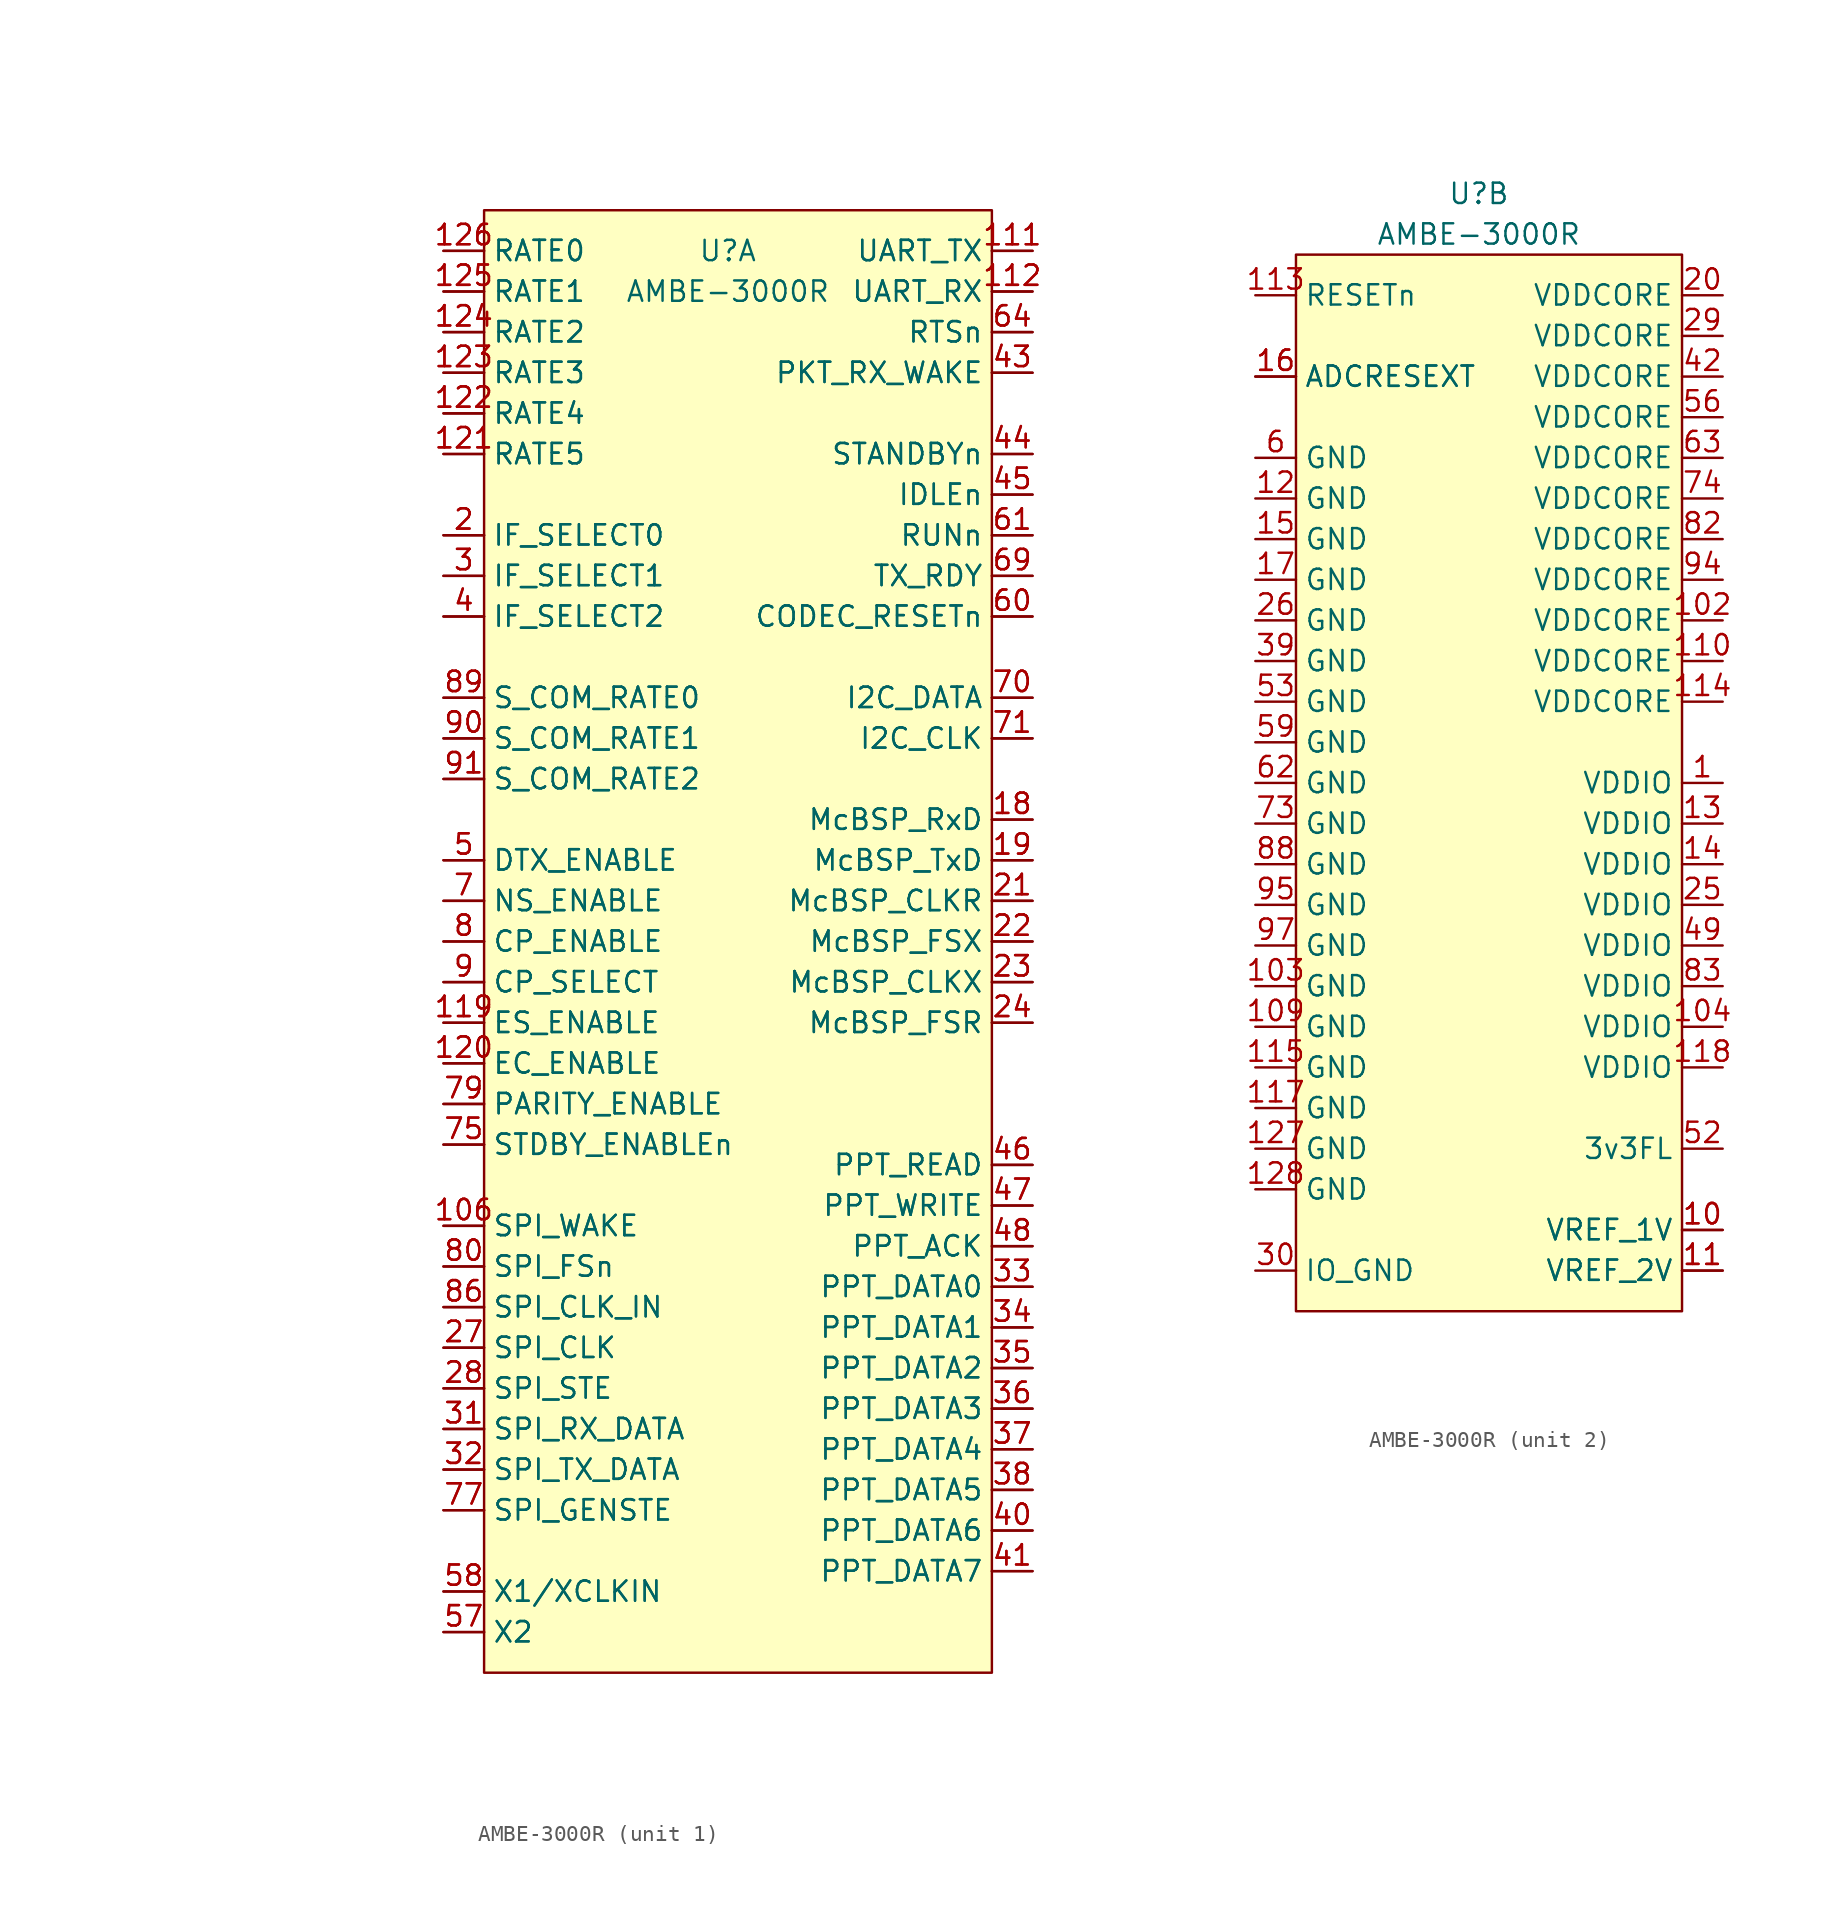
<source format=kicad_sym>
(kicad_symbol_lib
  (version 20220914)
  (generator kicad_symbol_editor)
  (symbol "AMBE-3000R"
    (property "Reference" "U"
      (at 0 -2.54 0)
      (effects (font (size 1.27 1.27))))
    (property "Value" "AMBE-3000R"
      (at 0 -5.08 0)
      (effects (font (size 1.27 1.27))))
    (property "ki_locked" ""
      (at 0 0 0)
      (effects (font (size 1.27 1.27))))
    (symbol "AMBE-3000R_1_0"
      (pin passive line (at -35.55 -31.75 0) (length 2.54) hide (name "NC" (effects (font (size 1.27 1.27)))) (number "100" (effects (font (size 1.27 1.27)))))
      (pin passive line (at -35.55 -31.75 0) (length 2.54) hide (name "NC" (effects (font (size 1.27 1.27)))) (number "100" (effects (font (size 1.27 1.27)))))
      (pin bidirectional line (at -35.55 -69.85 0) (length 2.54) hide (name "IO_NC" (effects (font (size 1.27 1.27)))) (number "101" (effects (font (size 1.27 1.27)))))
      (pin bidirectional line (at -35.55 -69.85 0) (length 2.54) hide (name "IO_NC" (effects (font (size 1.27 1.27)))) (number "101" (effects (font (size 1.27 1.27)))))
      (pin passive line (at -35.55 -34.29 0) (length 2.54) hide (name "NC" (effects (font (size 1.27 1.27)))) (number "105" (effects (font (size 1.27 1.27)))))
      (pin passive line (at -35.55 -34.29 0) (length 2.54) hide (name "NC" (effects (font (size 1.27 1.27)))) (number "105" (effects (font (size 1.27 1.27)))))
      (pin input line (at -17.78 -63.5 0) (length 2.54) (name "SPI_WAKE" (effects (font (size 1.27 1.27)))) (number "106" (effects (font (size 1.27 1.27)))))
      (pin input line (at -17.78 -63.5 0) (length 2.54) (name "SPI_WAKE" (effects (font (size 1.27 1.27)))) (number "106" (effects (font (size 1.27 1.27)))))
      (pin bidirectional line (at -35.55 -72.39 0) (length 2.54) hide (name "IO_NC" (effects (font (size 1.27 1.27)))) (number "107" (effects (font (size 1.27 1.27)))))
      (pin bidirectional line (at -35.55 -72.39 0) (length 2.54) hide (name "IO_NC" (effects (font (size 1.27 1.27)))) (number "107" (effects (font (size 1.27 1.27)))))
      (pin bidirectional line (at -35.55 -74.93 0) (length 2.54) hide (name "IO_NC" (effects (font (size 1.27 1.27)))) (number "108" (effects (font (size 1.27 1.27)))))
      (pin bidirectional line (at -35.55 -74.93 0) (length 2.54) hide (name "IO_NC" (effects (font (size 1.27 1.27)))) (number "108" (effects (font (size 1.27 1.27)))))
      (pin output line (at 19.05 -2.54 180) (length 2.54) (name "UART_TX" (effects (font (size 1.27 1.27)))) (number "111" (effects (font (size 1.27 1.27)))))
      (pin output line (at 19.05 -2.54 180) (length 2.54) (name "UART_TX" (effects (font (size 1.27 1.27)))) (number "111" (effects (font (size 1.27 1.27)))))
      (pin input line (at 19.05 -5.08 180) (length 2.54) (name "UART_RX" (effects (font (size 1.27 1.27)))) (number "112" (effects (font (size 1.27 1.27)))))
      (pin input line (at 19.05 -5.08 180) (length 2.54) (name "UART_RX" (effects (font (size 1.27 1.27)))) (number "112" (effects (font (size 1.27 1.27)))))
      (pin passive line (at -35.55 -36.83 0) (length 2.54) hide (name "NC" (effects (font (size 1.27 1.27)))) (number "116" (effects (font (size 1.27 1.27)))))
      (pin passive line (at -35.55 -36.83 0) (length 2.54) hide (name "NC" (effects (font (size 1.27 1.27)))) (number "116" (effects (font (size 1.27 1.27)))))
      (pin input line (at -17.78 -50.8 0) (length 2.54) (name "ES_ENABLE" (effects (font (size 1.27 1.27)))) (number "119" (effects (font (size 1.27 1.27)))))
      (pin input line (at -17.78 -50.8 0) (length 2.54) (name "ES_ENABLE" (effects (font (size 1.27 1.27)))) (number "119" (effects (font (size 1.27 1.27)))))
      (pin input line (at -17.78 -53.34 0) (length 2.54) (name "EC_ENABLE" (effects (font (size 1.27 1.27)))) (number "120" (effects (font (size 1.27 1.27)))))
      (pin input line (at -17.78 -53.34 0) (length 2.54) (name "EC_ENABLE" (effects (font (size 1.27 1.27)))) (number "120" (effects (font (size 1.27 1.27)))))
      (pin input line (at -17.78 -15.24 0) (length 2.54) (name "RATE5" (effects (font (size 1.27 1.27)))) (number "121" (effects (font (size 1.27 1.27)))))
      (pin input line (at -17.78 -15.24 0) (length 2.54) (name "RATE5" (effects (font (size 1.27 1.27)))) (number "121" (effects (font (size 1.27 1.27)))))
      (pin input line (at -17.78 -12.7 0) (length 2.54) (name "RATE4" (effects (font (size 1.27 1.27)))) (number "122" (effects (font (size 1.27 1.27)))))
      (pin input line (at -17.78 -12.7 0) (length 2.54) (name "RATE4" (effects (font (size 1.27 1.27)))) (number "122" (effects (font (size 1.27 1.27)))))
      (pin input line (at -17.78 -10.16 0) (length 2.54) (name "RATE3" (effects (font (size 1.27 1.27)))) (number "123" (effects (font (size 1.27 1.27)))))
      (pin input line (at -17.78 -10.16 0) (length 2.54) (name "RATE3" (effects (font (size 1.27 1.27)))) (number "123" (effects (font (size 1.27 1.27)))))
      (pin input line (at -17.78 -7.62 0) (length 2.54) (name "RATE2" (effects (font (size 1.27 1.27)))) (number "124" (effects (font (size 1.27 1.27)))))
      (pin input line (at -17.78 -7.62 0) (length 2.54) (name "RATE2" (effects (font (size 1.27 1.27)))) (number "124" (effects (font (size 1.27 1.27)))))
      (pin input line (at -17.78 -5.08 0) (length 2.54) (name "RATE1" (effects (font (size 1.27 1.27)))) (number "125" (effects (font (size 1.27 1.27)))))
      (pin input line (at -17.78 -5.08 0) (length 2.54) (name "RATE1" (effects (font (size 1.27 1.27)))) (number "125" (effects (font (size 1.27 1.27)))))
      (pin input line (at -17.78 -2.54 0) (length 2.54) (name "RATE0" (effects (font (size 1.27 1.27)))) (number "126" (effects (font (size 1.27 1.27)))))
      (pin input line (at -17.78 -2.54 0) (length 2.54) (name "RATE0" (effects (font (size 1.27 1.27)))) (number "126" (effects (font (size 1.27 1.27)))))
      (pin input line (at 19.05 -38.1 180) (length 2.54) (name "McBSP_RxD" (effects (font (size 1.27 1.27)))) (number "18" (effects (font (size 1.27 1.27)))))
      (pin input line (at 19.05 -38.1 180) (length 2.54) (name "McBSP_RxD" (effects (font (size 1.27 1.27)))) (number "18" (effects (font (size 1.27 1.27)))))
      (pin output line (at 19.05 -40.64 180) (length 2.54) (name "McBSP_TxD" (effects (font (size 1.27 1.27)))) (number "19" (effects (font (size 1.27 1.27)))))
      (pin output line (at 19.05 -40.64 180) (length 2.54) (name "McBSP_TxD" (effects (font (size 1.27 1.27)))) (number "19" (effects (font (size 1.27 1.27)))))
      (pin input line (at -17.78 -20.32 0) (length 2.54) (name "IF_SELECT0" (effects (font (size 1.27 1.27)))) (number "2" (effects (font (size 1.27 1.27)))))
      (pin input line (at -17.78 -20.32 0) (length 2.54) (name "IF_SELECT0" (effects (font (size 1.27 1.27)))) (number "2" (effects (font (size 1.27 1.27)))))
      (pin input line (at 19.05 -43.18 180) (length 2.54) (name "McBSP_CLKR" (effects (font (size 1.27 1.27)))) (number "21" (effects (font (size 1.27 1.27)))))
      (pin input line (at 19.05 -43.18 180) (length 2.54) (name "McBSP_CLKR" (effects (font (size 1.27 1.27)))) (number "21" (effects (font (size 1.27 1.27)))))
      (pin bidirectional line (at 19.05 -45.72 180) (length 2.54) (name "McBSP_FSX" (effects (font (size 1.27 1.27)))) (number "22" (effects (font (size 1.27 1.27)))))
      (pin bidirectional line (at 19.05 -45.72 180) (length 2.54) (name "McBSP_FSX" (effects (font (size 1.27 1.27)))) (number "22" (effects (font (size 1.27 1.27)))))
      (pin bidirectional line (at 19.05 -48.26 180) (length 2.54) (name "McBSP_CLKX" (effects (font (size 1.27 1.27)))) (number "23" (effects (font (size 1.27 1.27)))))
      (pin bidirectional line (at 19.05 -48.26 180) (length 2.54) (name "McBSP_CLKX" (effects (font (size 1.27 1.27)))) (number "23" (effects (font (size 1.27 1.27)))))
      (pin input line (at 19.05 -50.8 180) (length 2.54) (name "McBSP_FSR" (effects (font (size 1.27 1.27)))) (number "24" (effects (font (size 1.27 1.27)))))
      (pin input line (at 19.05 -50.8 180) (length 2.54) (name "McBSP_FSR" (effects (font (size 1.27 1.27)))) (number "24" (effects (font (size 1.27 1.27)))))
      (pin input line (at -17.78 -71.12 0) (length 2.54) (name "SPI_CLK" (effects (font (size 1.27 1.27)))) (number "27" (effects (font (size 1.27 1.27)))))
      (pin input line (at -17.78 -71.12 0) (length 2.54) (name "SPI_CLK" (effects (font (size 1.27 1.27)))) (number "27" (effects (font (size 1.27 1.27)))))
      (pin input line (at -17.78 -73.66 0) (length 2.54) (name "SPI_STE" (effects (font (size 1.27 1.27)))) (number "28" (effects (font (size 1.27 1.27)))))
      (pin input line (at -17.78 -73.66 0) (length 2.54) (name "SPI_STE" (effects (font (size 1.27 1.27)))) (number "28" (effects (font (size 1.27 1.27)))))
      (pin input line (at -17.78 -22.86 0) (length 2.54) (name "IF_SELECT1" (effects (font (size 1.27 1.27)))) (number "3" (effects (font (size 1.27 1.27)))))
      (pin input line (at -17.78 -22.86 0) (length 2.54) (name "IF_SELECT1" (effects (font (size 1.27 1.27)))) (number "3" (effects (font (size 1.27 1.27)))))
      (pin input line (at -17.78 -76.2 0) (length 2.54) (name "SPI_RX_DATA" (effects (font (size 1.27 1.27)))) (number "31" (effects (font (size 1.27 1.27)))))
      (pin input line (at -17.78 -76.2 0) (length 2.54) (name "SPI_RX_DATA" (effects (font (size 1.27 1.27)))) (number "31" (effects (font (size 1.27 1.27)))))
      (pin output line (at -17.78 -78.74 0) (length 2.54) (name "SPI_TX_DATA" (effects (font (size 1.27 1.27)))) (number "32" (effects (font (size 1.27 1.27)))))
      (pin output line (at -17.78 -78.74 0) (length 2.54) (name "SPI_TX_DATA" (effects (font (size 1.27 1.27)))) (number "32" (effects (font (size 1.27 1.27)))))
      (pin bidirectional line (at 19.05 -67.31 180) (length 2.54) (name "PPT_DATA0" (effects (font (size 1.27 1.27)))) (number "33" (effects (font (size 1.27 1.27)))))
      (pin bidirectional line (at 19.05 -67.31 180) (length 2.54) (name "PPT_DATA0" (effects (font (size 1.27 1.27)))) (number "33" (effects (font (size 1.27 1.27)))))
      (pin bidirectional line (at 19.05 -69.85 180) (length 2.54) (name "PPT_DATA1" (effects (font (size 1.27 1.27)))) (number "34" (effects (font (size 1.27 1.27)))))
      (pin bidirectional line (at 19.05 -69.85 180) (length 2.54) (name "PPT_DATA1" (effects (font (size 1.27 1.27)))) (number "34" (effects (font (size 1.27 1.27)))))
      (pin bidirectional line (at 19.05 -72.39 180) (length 2.54) (name "PPT_DATA2" (effects (font (size 1.27 1.27)))) (number "35" (effects (font (size 1.27 1.27)))))
      (pin bidirectional line (at 19.05 -72.39 180) (length 2.54) (name "PPT_DATA2" (effects (font (size 1.27 1.27)))) (number "35" (effects (font (size 1.27 1.27)))))
      (pin bidirectional line (at 19.05 -74.93 180) (length 2.54) (name "PPT_DATA3" (effects (font (size 1.27 1.27)))) (number "36" (effects (font (size 1.27 1.27)))))
      (pin bidirectional line (at 19.05 -74.93 180) (length 2.54) (name "PPT_DATA3" (effects (font (size 1.27 1.27)))) (number "36" (effects (font (size 1.27 1.27)))))
      (pin bidirectional line (at 19.05 -77.47 180) (length 2.54) (name "PPT_DATA4" (effects (font (size 1.27 1.27)))) (number "37" (effects (font (size 1.27 1.27)))))
      (pin bidirectional line (at 19.05 -77.47 180) (length 2.54) (name "PPT_DATA4" (effects (font (size 1.27 1.27)))) (number "37" (effects (font (size 1.27 1.27)))))
      (pin bidirectional line (at 19.05 -80.01 180) (length 2.54) (name "PPT_DATA5" (effects (font (size 1.27 1.27)))) (number "38" (effects (font (size 1.27 1.27)))))
      (pin bidirectional line (at 19.05 -80.01 180) (length 2.54) (name "PPT_DATA5" (effects (font (size 1.27 1.27)))) (number "38" (effects (font (size 1.27 1.27)))))
      (pin input line (at -17.78 -25.4 0) (length 2.54) (name "IF_SELECT2" (effects (font (size 1.27 1.27)))) (number "4" (effects (font (size 1.27 1.27)))))
      (pin input line (at -17.78 -25.4 0) (length 2.54) (name "IF_SELECT2" (effects (font (size 1.27 1.27)))) (number "4" (effects (font (size 1.27 1.27)))))
      (pin bidirectional line (at 19.05 -82.55 180) (length 2.54) (name "PPT_DATA6" (effects (font (size 1.27 1.27)))) (number "40" (effects (font (size 1.27 1.27)))))
      (pin bidirectional line (at 19.05 -82.55 180) (length 2.54) (name "PPT_DATA6" (effects (font (size 1.27 1.27)))) (number "40" (effects (font (size 1.27 1.27)))))
      (pin bidirectional line (at 19.05 -85.09 180) (length 2.54) (name "PPT_DATA7" (effects (font (size 1.27 1.27)))) (number "41" (effects (font (size 1.27 1.27)))))
      (pin bidirectional line (at 19.05 -85.09 180) (length 2.54) (name "PPT_DATA7" (effects (font (size 1.27 1.27)))) (number "41" (effects (font (size 1.27 1.27)))))
      (pin input line (at 19.05 -10.16 180) (length 2.54) (name "PKT_RX_WAKE" (effects (font (size 1.27 1.27)))) (number "43" (effects (font (size 1.27 1.27)))))
      (pin input line (at 19.05 -10.16 180) (length 2.54) (name "PKT_RX_WAKE" (effects (font (size 1.27 1.27)))) (number "43" (effects (font (size 1.27 1.27)))))
      (pin output line (at 19.05 -15.24 180) (length 2.54) (name "STANDBYn" (effects (font (size 1.27 1.27)))) (number "44" (effects (font (size 1.27 1.27)))))
      (pin output line (at 19.05 -15.24 180) (length 2.54) (name "STANDBYn" (effects (font (size 1.27 1.27)))) (number "44" (effects (font (size 1.27 1.27)))))
      (pin output line (at 19.05 -17.78 180) (length 2.54) (name "IDLEn" (effects (font (size 1.27 1.27)))) (number "45" (effects (font (size 1.27 1.27)))))
      (pin output line (at 19.05 -17.78 180) (length 2.54) (name "IDLEn" (effects (font (size 1.27 1.27)))) (number "45" (effects (font (size 1.27 1.27)))))
      (pin input line (at 19.05 -59.69 180) (length 2.54) (name "PPT_READ" (effects (font (size 1.27 1.27)))) (number "46" (effects (font (size 1.27 1.27)))))
      (pin input line (at 19.05 -59.69 180) (length 2.54) (name "PPT_READ" (effects (font (size 1.27 1.27)))) (number "46" (effects (font (size 1.27 1.27)))))
      (pin input line (at 19.05 -62.23 180) (length 2.54) (name "PPT_WRITE" (effects (font (size 1.27 1.27)))) (number "47" (effects (font (size 1.27 1.27)))))
      (pin input line (at 19.05 -62.23 180) (length 2.54) (name "PPT_WRITE" (effects (font (size 1.27 1.27)))) (number "47" (effects (font (size 1.27 1.27)))))
      (pin output line (at 19.05 -64.77 180) (length 2.54) (name "PPT_ACK" (effects (font (size 1.27 1.27)))) (number "48" (effects (font (size 1.27 1.27)))))
      (pin output line (at 19.05 -64.77 180) (length 2.54) (name "PPT_ACK" (effects (font (size 1.27 1.27)))) (number "48" (effects (font (size 1.27 1.27)))))
      (pin input line (at -17.78 -40.64 0) (length 2.54) (name "DTX_ENABLE" (effects (font (size 1.27 1.27)))) (number "5" (effects (font (size 1.27 1.27)))))
      (pin input line (at -17.78 -40.64 0) (length 2.54) (name "DTX_ENABLE" (effects (font (size 1.27 1.27)))) (number "5" (effects (font (size 1.27 1.27)))))
      (pin passive line (at -35.55 -11.43 0) (length 2.54) hide (name "NC" (effects (font (size 1.27 1.27)))) (number "50" (effects (font (size 1.27 1.27)))))
      (pin passive line (at -35.55 -11.43 0) (length 2.54) hide (name "NC" (effects (font (size 1.27 1.27)))) (number "50" (effects (font (size 1.27 1.27)))))
      (pin passive line (at -35.55 -13.97 0) (length 2.54) hide (name "NC" (effects (font (size 1.27 1.27)))) (number "51" (effects (font (size 1.27 1.27)))))
      (pin bidirectional line (at -35.55 -41.91 0) (length 2.54) hide (name "IO_NC" (effects (font (size 1.27 1.27)))) (number "54" (effects (font (size 1.27 1.27)))))
      (pin bidirectional line (at -35.55 -41.91 0) (length 2.54) hide (name "IO_NC" (effects (font (size 1.27 1.27)))) (number "54" (effects (font (size 1.27 1.27)))))
      (pin bidirectional line (at -35.55 -44.45 0) (length 2.54) hide (name "IO_NC" (effects (font (size 1.27 1.27)))) (number "55" (effects (font (size 1.27 1.27)))))
      (pin bidirectional line (at -35.55 -44.45 0) (length 2.54) hide (name "IO_NC" (effects (font (size 1.27 1.27)))) (number "55" (effects (font (size 1.27 1.27)))))
      (pin output line (at -17.78 -88.9 0) (length 2.54) (name "X2" (effects (font (size 1.27 1.27)))) (number "57" (effects (font (size 1.27 1.27)))))
      (pin output line (at -17.78 -88.9 0) (length 2.54) (name "X2" (effects (font (size 1.27 1.27)))) (number "57" (effects (font (size 1.27 1.27)))))
      (pin input line (at -17.78 -86.36 0) (length 2.54) (name "X1/XCLKIN" (effects (font (size 1.27 1.27)))) (number "58" (effects (font (size 1.27 1.27)))))
      (pin input line (at -17.78 -86.36 0) (length 2.54) (name "X1/XCLKIN" (effects (font (size 1.27 1.27)))) (number "58" (effects (font (size 1.27 1.27)))))
      (pin output line (at 19.05 -25.4 180) (length 2.54) (name "CODEC_RESETn" (effects (font (size 1.27 1.27)))) (number "60" (effects (font (size 1.27 1.27)))))
      (pin output line (at 19.05 -25.4 180) (length 2.54) (name "CODEC_RESETn" (effects (font (size 1.27 1.27)))) (number "60" (effects (font (size 1.27 1.27)))))
      (pin output line (at 19.05 -20.32 180) (length 2.54) (name "RUNn" (effects (font (size 1.27 1.27)))) (number "61" (effects (font (size 1.27 1.27)))))
      (pin output line (at 19.05 -20.32 180) (length 2.54) (name "RUNn" (effects (font (size 1.27 1.27)))) (number "61" (effects (font (size 1.27 1.27)))))
      (pin output line (at 19.05 -7.62 180) (length 2.54) (name "RTSn" (effects (font (size 1.27 1.27)))) (number "64" (effects (font (size 1.27 1.27)))))
      (pin output line (at 19.05 -7.62 180) (length 2.54) (name "RTSn" (effects (font (size 1.27 1.27)))) (number "64" (effects (font (size 1.27 1.27)))))
      (pin bidirectional line (at -35.55 -46.99 0) (length 2.54) hide (name "IO_NC" (effects (font (size 1.27 1.27)))) (number "65" (effects (font (size 1.27 1.27)))))
      (pin bidirectional line (at -35.55 -46.99 0) (length 2.54) hide (name "IO_NC" (effects (font (size 1.27 1.27)))) (number "65" (effects (font (size 1.27 1.27)))))
      (pin bidirectional line (at -35.55 -49.53 0) (length 2.54) hide (name "IO_NC" (effects (font (size 1.27 1.27)))) (number "66" (effects (font (size 1.27 1.27)))))
      (pin bidirectional line (at -35.55 -49.53 0) (length 2.54) hide (name "IO_NC" (effects (font (size 1.27 1.27)))) (number "66" (effects (font (size 1.27 1.27)))))
      (pin bidirectional line (at -35.55 -52.07 0) (length 2.54) hide (name "IO_NC" (effects (font (size 1.27 1.27)))) (number "67" (effects (font (size 1.27 1.27)))))
      (pin bidirectional line (at -35.55 -52.07 0) (length 2.54) hide (name "IO_NC" (effects (font (size 1.27 1.27)))) (number "67" (effects (font (size 1.27 1.27)))))
      (pin bidirectional line (at -35.55 -77.47 0) (length 2.54) hide (name "IO_PIN" (effects (font (size 1.27 1.27)))) (number "68" (effects (font (size 1.27 1.27)))))
      (pin bidirectional line (at -35.55 -77.47 0) (length 2.54) hide (name "IO_PIN" (effects (font (size 1.27 1.27)))) (number "68" (effects (font (size 1.27 1.27)))))
      (pin output line (at 19.05 -22.86 180) (length 2.54) (name "TX_RDY" (effects (font (size 1.27 1.27)))) (number "69" (effects (font (size 1.27 1.27)))))
      (pin output line (at 19.05 -22.86 180) (length 2.54) (name "TX_RDY" (effects (font (size 1.27 1.27)))) (number "69" (effects (font (size 1.27 1.27)))))
      (pin input line (at -17.78 -43.18 0) (length 2.54) (name "NS_ENABLE" (effects (font (size 1.27 1.27)))) (number "7" (effects (font (size 1.27 1.27)))))
      (pin input line (at -17.78 -43.18 0) (length 2.54) (name "NS_ENABLE" (effects (font (size 1.27 1.27)))) (number "7" (effects (font (size 1.27 1.27)))))
      (pin output line (at 19.05 -30.48 180) (length 2.54) (name "I2C_DATA" (effects (font (size 1.27 1.27)))) (number "70" (effects (font (size 1.27 1.27)))))
      (pin output line (at 19.05 -30.48 180) (length 2.54) (name "I2C_DATA" (effects (font (size 1.27 1.27)))) (number "70" (effects (font (size 1.27 1.27)))))
      (pin output line (at 19.05 -33.02 180) (length 2.54) (name "I2C_CLK" (effects (font (size 1.27 1.27)))) (number "71" (effects (font (size 1.27 1.27)))))
      (pin output line (at 19.05 -33.02 180) (length 2.54) (name "I2C_CLK" (effects (font (size 1.27 1.27)))) (number "71" (effects (font (size 1.27 1.27)))))
      (pin bidirectional line (at -35.55 -54.61 0) (length 2.54) hide (name "IO_NC" (effects (font (size 1.27 1.27)))) (number "72" (effects (font (size 1.27 1.27)))))
      (pin bidirectional line (at -35.55 -54.61 0) (length 2.54) hide (name "IO_NC" (effects (font (size 1.27 1.27)))) (number "72" (effects (font (size 1.27 1.27)))))
      (pin input line (at -17.78 -58.42 0) (length 2.54) (name "STDBY_ENABLEn" (effects (font (size 1.27 1.27)))) (number "75" (effects (font (size 1.27 1.27)))))
      (pin input line (at -17.78 -58.42 0) (length 2.54) (name "STDBY_ENABLEn" (effects (font (size 1.27 1.27)))) (number "75" (effects (font (size 1.27 1.27)))))
      (pin bidirectional line (at -35.55 -57.15 0) (length 2.54) hide (name "IO_NC" (effects (font (size 1.27 1.27)))) (number "76" (effects (font (size 1.27 1.27)))))
      (pin bidirectional line (at -35.55 -57.15 0) (length 2.54) hide (name "IO_NC" (effects (font (size 1.27 1.27)))) (number "76" (effects (font (size 1.27 1.27)))))
      (pin output line (at -17.78 -81.28 0) (length 2.54) (name "SPI_GENSTE" (effects (font (size 1.27 1.27)))) (number "77" (effects (font (size 1.27 1.27)))))
      (pin output line (at -17.78 -81.28 0) (length 2.54) (name "SPI_GENSTE" (effects (font (size 1.27 1.27)))) (number "77" (effects (font (size 1.27 1.27)))))
      (pin bidirectional line (at -35.55 -59.69 0) (length 2.54) hide (name "IO_NC" (effects (font (size 1.27 1.27)))) (number "78" (effects (font (size 1.27 1.27)))))
      (pin bidirectional line (at -35.55 -59.69 0) (length 2.54) hide (name "IO_NC" (effects (font (size 1.27 1.27)))) (number "78" (effects (font (size 1.27 1.27)))))
      (pin input line (at -17.78 -55.88 0) (length 2.54) (name "PARITY_ENABLE" (effects (font (size 1.27 1.27)))) (number "79" (effects (font (size 1.27 1.27)))))
      (pin input line (at -17.78 -55.88 0) (length 2.54) (name "PARITY_ENABLE" (effects (font (size 1.27 1.27)))) (number "79" (effects (font (size 1.27 1.27)))))
      (pin input line (at -17.78 -45.72 0) (length 2.54) (name "CP_ENABLE" (effects (font (size 1.27 1.27)))) (number "8" (effects (font (size 1.27 1.27)))))
      (pin input line (at -17.78 -45.72 0) (length 2.54) (name "CP_ENABLE" (effects (font (size 1.27 1.27)))) (number "8" (effects (font (size 1.27 1.27)))))
      (pin input line (at -17.78 -66.04 0) (length 2.54) (name "SPI_FSn" (effects (font (size 1.27 1.27)))) (number "80" (effects (font (size 1.27 1.27)))))
      (pin input line (at -17.78 -66.04 0) (length 2.54) (name "SPI_FSn" (effects (font (size 1.27 1.27)))) (number "80" (effects (font (size 1.27 1.27)))))
      (pin bidirectional line (at -35.55 -62.23 0) (length 2.54) hide (name "IO_NC" (effects (font (size 1.27 1.27)))) (number "81" (effects (font (size 1.27 1.27)))))
      (pin bidirectional line (at -35.55 -62.23 0) (length 2.54) hide (name "IO_NC" (effects (font (size 1.27 1.27)))) (number "81" (effects (font (size 1.27 1.27)))))
      (pin bidirectional line (at -35.55 -64.77 0) (length 2.54) hide (name "IO_NC" (effects (font (size 1.27 1.27)))) (number "84" (effects (font (size 1.27 1.27)))))
      (pin bidirectional line (at -35.55 -64.77 0) (length 2.54) hide (name "IO_NC" (effects (font (size 1.27 1.27)))) (number "84" (effects (font (size 1.27 1.27)))))
      (pin bidirectional line (at -35.55 -67.31 0) (length 2.54) hide (name "IO_NC" (effects (font (size 1.27 1.27)))) (number "85" (effects (font (size 1.27 1.27)))))
      (pin bidirectional line (at -35.55 -67.31 0) (length 2.54) hide (name "IO_NC" (effects (font (size 1.27 1.27)))) (number "85" (effects (font (size 1.27 1.27)))))
      (pin input line (at -17.78 -68.58 0) (length 2.54) (name "SPI_CLK_IN" (effects (font (size 1.27 1.27)))) (number "86" (effects (font (size 1.27 1.27)))))
      (pin input line (at -17.78 -68.58 0) (length 2.54) (name "SPI_CLK_IN" (effects (font (size 1.27 1.27)))) (number "86" (effects (font (size 1.27 1.27)))))
      (pin passive line (at -35.55 -16.51 0) (length 2.54) hide (name "NC" (effects (font (size 1.27 1.27)))) (number "87" (effects (font (size 1.27 1.27)))))
      (pin passive line (at -35.55 -16.51 0) (length 2.54) hide (name "NC" (effects (font (size 1.27 1.27)))) (number "87" (effects (font (size 1.27 1.27)))))
      (pin input line (at -17.78 -30.48 0) (length 2.54) (name "S_COM_RATE0" (effects (font (size 1.27 1.27)))) (number "89" (effects (font (size 1.27 1.27)))))
      (pin input line (at -17.78 -30.48 0) (length 2.54) (name "S_COM_RATE0" (effects (font (size 1.27 1.27)))) (number "89" (effects (font (size 1.27 1.27)))))
      (pin input line (at -17.78 -48.26 0) (length 2.54) (name "CP_SELECT" (effects (font (size 1.27 1.27)))) (number "9" (effects (font (size 1.27 1.27)))))
      (pin input line (at -17.78 -48.26 0) (length 2.54) (name "CP_SELECT" (effects (font (size 1.27 1.27)))) (number "9" (effects (font (size 1.27 1.27)))))
      (pin input line (at -17.78 -33.02 0) (length 2.54) (name "S_COM_RATE1" (effects (font (size 1.27 1.27)))) (number "90" (effects (font (size 1.27 1.27)))))
      (pin input line (at -17.78 -33.02 0) (length 2.54) (name "S_COM_RATE1" (effects (font (size 1.27 1.27)))) (number "90" (effects (font (size 1.27 1.27)))))
      (pin input line (at -17.78 -35.56 0) (length 2.54) (name "S_COM_RATE2" (effects (font (size 1.27 1.27)))) (number "91" (effects (font (size 1.27 1.27)))))
      (pin input line (at -17.78 -35.56 0) (length 2.54) (name "S_COM_RATE2" (effects (font (size 1.27 1.27)))) (number "91" (effects (font (size 1.27 1.27)))))
      (pin passive line (at -35.55 -19.05 0) (length 2.54) hide (name "NC" (effects (font (size 1.27 1.27)))) (number "92" (effects (font (size 1.27 1.27)))))
      (pin passive line (at -35.55 -19.05 0) (length 2.54) hide (name "NC" (effects (font (size 1.27 1.27)))) (number "92" (effects (font (size 1.27 1.27)))))
      (pin passive line (at -35.55 -21.59 0) (length 2.54) hide (name "NC" (effects (font (size 1.27 1.27)))) (number "93" (effects (font (size 1.27 1.27)))))
      (pin passive line (at -35.55 -21.59 0) (length 2.54) hide (name "NC" (effects (font (size 1.27 1.27)))) (number "93" (effects (font (size 1.27 1.27)))))
      (pin passive line (at -35.56 -24.13 0) (length 2.54) hide (name "NC" (effects (font (size 1.27 1.27)))) (number "96" (effects (font (size 1.27 1.27)))))
      (pin passive line (at -35.56 -24.13 0) (length 2.54) hide (name "NC" (effects (font (size 1.27 1.27)))) (number "96" (effects (font (size 1.27 1.27)))))
      (pin passive line (at -35.55 -26.67 0) (length 2.54) hide (name "NC" (effects (font (size 1.27 1.27)))) (number "98" (effects (font (size 1.27 1.27)))))
      (pin passive line (at -35.55 -26.67 0) (length 2.54) hide (name "NC" (effects (font (size 1.27 1.27)))) (number "98" (effects (font (size 1.27 1.27)))))
      (pin passive line (at -35.55 -29.21 0) (length 2.54) hide (name "NC" (effects (font (size 1.27 1.27)))) (number "99" (effects (font (size 1.27 1.27)))))
      (pin passive line (at -35.55 -29.21 0) (length 2.54) hide (name "NC" (effects (font (size 1.27 1.27)))) (number "99" (effects (font (size 1.27 1.27))))))
    (symbol "AMBE-3000R_1_1"
      (rectangle (start -15.24 0) (end 16.51 -91.44) (stroke (width 0) (type default)) (fill (type background))))
    (symbol "AMBE-3000R_2_0"
      (pin power_in line (at 15.24 -39.37 180) (length 2.54) (name "VDDIO" (effects (font (size 1.27 1.27)))) (number "1" (effects (font (size 1.27 1.27)))))
      (pin power_out line (at 15.24 -67.31 180) (length 2.54) (name "VREF_1V" (effects (font (size 1.27 1.27)))) (number "10" (effects (font (size 1.27 1.27)))))
      (pin power_out line (at 15.24 -67.31 180) (length 2.54) (name "VREF_1V" (effects (font (size 1.27 1.27)))) (number "10" (effects (font (size 1.27 1.27)))))
      (pin power_in line (at 15.24 -29.21 180) (length 2.54) (name "VDDCORE" (effects (font (size 1.27 1.27)))) (number "102" (effects (font (size 1.27 1.27)))))
      (pin power_in line (at -13.97 -52.07 0) (length 2.54) (name "GND" (effects (font (size 1.27 1.27)))) (number "103" (effects (font (size 1.27 1.27)))))
      (pin power_in line (at 15.24 -54.61 180) (length 2.54) (name "VDDIO" (effects (font (size 1.27 1.27)))) (number "104" (effects (font (size 1.27 1.27)))))
      (pin power_in line (at -13.97 -54.61 0) (length 2.54) (name "GND" (effects (font (size 1.27 1.27)))) (number "109" (effects (font (size 1.27 1.27)))))
      (pin power_out line (at 15.24 -69.85 180) (length 2.54) (name "VREF_2V" (effects (font (size 1.27 1.27)))) (number "11" (effects (font (size 1.27 1.27)))))
      (pin power_out line (at 15.24 -69.85 180) (length 2.54) (name "VREF_2V" (effects (font (size 1.27 1.27)))) (number "11" (effects (font (size 1.27 1.27)))))
      (pin power_in line (at 15.24 -31.75 180) (length 2.54) (name "VDDCORE" (effects (font (size 1.27 1.27)))) (number "110" (effects (font (size 1.27 1.27)))))
      (pin input line (at -13.97 -8.89 0) (length 2.54) (name "RESETn" (effects (font (size 1.27 1.27)))) (number "113" (effects (font (size 1.27 1.27)))))
      (pin power_in line (at 15.24 -34.29 180) (length 2.54) (name "VDDCORE" (effects (font (size 1.27 1.27)))) (number "114" (effects (font (size 1.27 1.27)))))
      (pin power_in line (at -13.97 -57.15 0) (length 2.54) (name "GND" (effects (font (size 1.27 1.27)))) (number "115" (effects (font (size 1.27 1.27)))))
      (pin power_in line (at -13.97 -59.69 0) (length 2.54) (name "GND" (effects (font (size 1.27 1.27)))) (number "117" (effects (font (size 1.27 1.27)))))
      (pin power_in line (at 15.24 -57.15 180) (length 2.54) (name "VDDIO" (effects (font (size 1.27 1.27)))) (number "118" (effects (font (size 1.27 1.27)))))
      (pin power_in line (at -13.97 -21.59 0) (length 2.54) (name "GND" (effects (font (size 1.27 1.27)))) (number "12" (effects (font (size 1.27 1.27)))))
      (pin power_in line (at -13.97 -62.23 0) (length 2.54) (name "GND" (effects (font (size 1.27 1.27)))) (number "127" (effects (font (size 1.27 1.27)))))
      (pin power_in line (at -13.97 -64.77 0) (length 2.54) (name "GND" (effects (font (size 1.27 1.27)))) (number "128" (effects (font (size 1.27 1.27)))))
      (pin power_in line (at 15.24 -41.91 180) (length 2.54) (name "VDDIO" (effects (font (size 1.27 1.27)))) (number "13" (effects (font (size 1.27 1.27)))))
      (pin power_in line (at 15.24 -44.45 180) (length 2.54) (name "VDDIO" (effects (font (size 1.27 1.27)))) (number "14" (effects (font (size 1.27 1.27)))))
      (pin power_in line (at -13.97 -24.13 0) (length 2.54) (name "GND" (effects (font (size 1.27 1.27)))) (number "15" (effects (font (size 1.27 1.27)))))
      (pin power_out line (at -13.97 -13.97 0) (length 2.54) (name "ADCRESEXT" (effects (font (size 1.27 1.27)))) (number "16" (effects (font (size 1.27 1.27)))))
      (pin power_out line (at -13.97 -13.97 0) (length 2.54) (name "ADCRESEXT" (effects (font (size 1.27 1.27)))) (number "16" (effects (font (size 1.27 1.27)))))
      (pin power_in line (at -13.97 -26.67 0) (length 2.54) (name "GND" (effects (font (size 1.27 1.27)))) (number "17" (effects (font (size 1.27 1.27)))))
      (pin power_in line (at 15.24 -8.89 180) (length 2.54) (name "VDDCORE" (effects (font (size 1.27 1.27)))) (number "20" (effects (font (size 1.27 1.27)))))
      (pin power_in line (at 15.24 -46.99 180) (length 2.54) (name "VDDIO" (effects (font (size 1.27 1.27)))) (number "25" (effects (font (size 1.27 1.27)))))
      (pin power_in line (at -13.97 -29.21 0) (length 2.54) (name "GND" (effects (font (size 1.27 1.27)))) (number "26" (effects (font (size 1.27 1.27)))))
      (pin power_in line (at 15.24 -11.43 180) (length 2.54) (name "VDDCORE" (effects (font (size 1.27 1.27)))) (number "29" (effects (font (size 1.27 1.27)))))
      (pin bidirectional line (at -13.97 -69.85 0) (length 2.54) (name "IO_GND" (effects (font (size 1.27 1.27)))) (number "30" (effects (font (size 1.27 1.27)))))
      (pin power_in line (at -13.97 -31.75 0) (length 2.54) (name "GND" (effects (font (size 1.27 1.27)))) (number "39" (effects (font (size 1.27 1.27)))))
      (pin power_in line (at 15.24 -13.97 180) (length 2.54) (name "VDDCORE" (effects (font (size 1.27 1.27)))) (number "42" (effects (font (size 1.27 1.27)))))
      (pin power_in line (at 15.24 -49.53 180) (length 2.54) (name "VDDIO" (effects (font (size 1.27 1.27)))) (number "49" (effects (font (size 1.27 1.27)))))
      (pin power_in line (at 15.24 -62.23 180) (length 2.54) (name "3v3FL" (effects (font (size 1.27 1.27)))) (number "52" (effects (font (size 1.27 1.27)))))
      (pin power_in line (at -13.97 -34.29 0) (length 2.54) (name "GND" (effects (font (size 1.27 1.27)))) (number "53" (effects (font (size 1.27 1.27)))))
      (pin power_in line (at 15.24 -16.51 180) (length 2.54) (name "VDDCORE" (effects (font (size 1.27 1.27)))) (number "56" (effects (font (size 1.27 1.27)))))
      (pin power_in line (at -13.97 -36.83 0) (length 2.54) (name "GND" (effects (font (size 1.27 1.27)))) (number "59" (effects (font (size 1.27 1.27)))))
      (pin power_in line (at -13.97 -19.05 0) (length 2.54) (name "GND" (effects (font (size 1.27 1.27)))) (number "6" (effects (font (size 1.27 1.27)))))
      (pin power_in line (at -13.97 -39.37 0) (length 2.54) (name "GND" (effects (font (size 1.27 1.27)))) (number "62" (effects (font (size 1.27 1.27)))))
      (pin power_in line (at 15.24 -19.05 180) (length 2.54) (name "VDDCORE" (effects (font (size 1.27 1.27)))) (number "63" (effects (font (size 1.27 1.27)))))
      (pin power_in line (at -13.97 -41.91 0) (length 2.54) (name "GND" (effects (font (size 1.27 1.27)))) (number "73" (effects (font (size 1.27 1.27)))))
      (pin power_in line (at 15.24 -21.59 180) (length 2.54) (name "VDDCORE" (effects (font (size 1.27 1.27)))) (number "74" (effects (font (size 1.27 1.27)))))
      (pin power_in line (at 15.24 -24.13 180) (length 2.54) (name "VDDCORE" (effects (font (size 1.27 1.27)))) (number "82" (effects (font (size 1.27 1.27)))))
      (pin power_in line (at 15.24 -52.07 180) (length 2.54) (name "VDDIO" (effects (font (size 1.27 1.27)))) (number "83" (effects (font (size 1.27 1.27)))))
      (pin power_in line (at -13.97 -44.45 0) (length 2.54) (name "GND" (effects (font (size 1.27 1.27)))) (number "88" (effects (font (size 1.27 1.27)))))
      (pin power_in line (at 15.24 -26.67 180) (length 2.54) (name "VDDCORE" (effects (font (size 1.27 1.27)))) (number "94" (effects (font (size 1.27 1.27)))))
      (pin power_in line (at -13.97 -46.99 0) (length 2.54) (name "GND" (effects (font (size 1.27 1.27)))) (number "95" (effects (font (size 1.27 1.27)))))
      (pin power_in line (at -13.97 -49.53 0) (length 2.54) (name "GND" (effects (font (size 1.27 1.27)))) (number "97" (effects (font (size 1.27 1.27))))))
    (symbol "AMBE-3000R_2_1"
      (rectangle (start -11.43 -6.35) (end 12.7 -72.39) (stroke (width 0) (type default)) (fill (type background))))))
</source>
